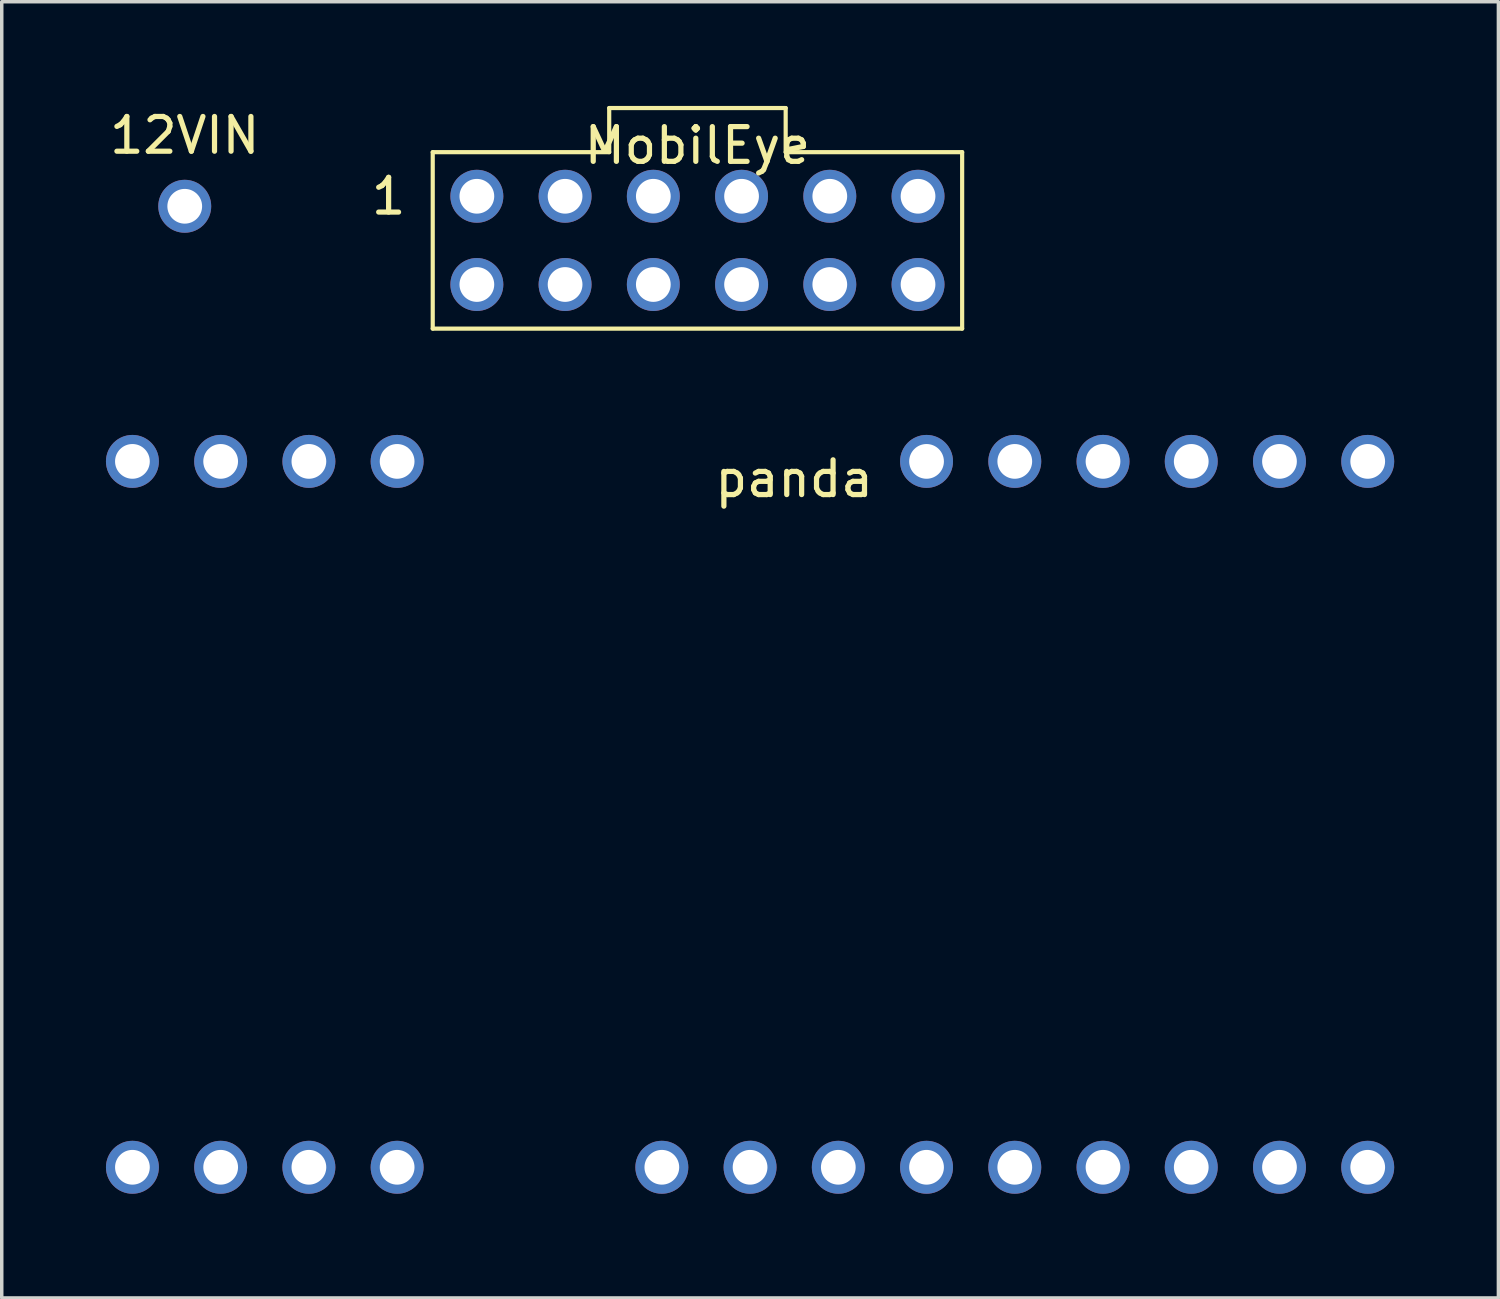
<source format=kicad_pcb>
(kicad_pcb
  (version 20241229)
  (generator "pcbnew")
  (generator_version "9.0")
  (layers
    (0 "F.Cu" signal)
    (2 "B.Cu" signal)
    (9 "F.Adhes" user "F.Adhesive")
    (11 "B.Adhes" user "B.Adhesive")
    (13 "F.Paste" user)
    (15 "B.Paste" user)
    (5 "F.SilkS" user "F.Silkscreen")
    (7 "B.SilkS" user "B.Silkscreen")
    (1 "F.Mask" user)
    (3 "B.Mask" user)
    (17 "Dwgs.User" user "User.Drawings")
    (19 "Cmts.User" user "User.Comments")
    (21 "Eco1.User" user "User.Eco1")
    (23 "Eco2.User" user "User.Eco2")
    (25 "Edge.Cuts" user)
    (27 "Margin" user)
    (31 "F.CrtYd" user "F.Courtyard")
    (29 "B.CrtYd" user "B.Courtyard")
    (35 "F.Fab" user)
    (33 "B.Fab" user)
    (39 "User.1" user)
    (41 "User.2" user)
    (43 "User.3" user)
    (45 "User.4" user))
  (footprint "MobilEye"
    (layer "F.Cu")
    (at 17.027 5.14)
    (property "Reference" "MobilEye" (at 0 -4 0) (layer "F.SilkS") (effects (font (size 1 1) (thickness 0.15))))
    (attr through_hole)
    (fp_line (start -7.62 -3.81) (end -2.54 -3.81) (stroke (width 0.12) (type solid)) (layer "F.SilkS"))
    (fp_line (start -7.62 1.27) (end -7.62 -3.81) (stroke (width 0.12) (type solid)) (layer "F.SilkS"))
    (fp_line (start -2.54 -5.08) (end 2.54 -5.08) (stroke (width 0.12) (type solid)) (layer "F.SilkS"))
    (fp_line (start -2.54 -3.81) (end -2.54 -5.08) (stroke (width 0.12) (type solid)) (layer "F.SilkS"))
    (fp_line (start 2.54 -5.08) (end 2.54 -3.81) (stroke (width 0.12) (type solid)) (layer "F.SilkS"))
    (fp_line (start 2.54 -3.81) (end 7.62 -3.81) (stroke (width 0.12) (type solid)) (layer "F.SilkS"))
    (fp_line (start 7.62 -3.81) (end 7.62 1.27) (stroke (width 0.12) (type solid)) (layer "F.SilkS"))
    (fp_line (start 7.62 1.27) (end -7.62 1.27) (stroke (width 0.12) (type solid)) (layer "F.SilkS"))
    (fp_text user "1" (at -8.89 -2.54 0) (layer "F.SilkS") (effects (font (size 1 1) (thickness 0.15))))
    (pad "1" thru_hole circle (at -6.35 -2.54) (size 1.524 1.524) (drill 1) (layers "*.Cu" "*.Mask"))
    (pad "2" thru_hole circle (at -3.81 -2.54) (size 1.524 1.524) (drill 1) (layers "*.Cu" "*.Mask"))
    (pad "3" thru_hole circle (at -1.27 -2.54) (size 1.524 1.524) (drill 1) (layers "*.Cu" "*.Mask"))
    (pad "4" thru_hole circle (at 1.27 -2.54) (size 1.524 1.524) (drill 1) (layers "*.Cu" "*.Mask"))
    (pad "5" thru_hole circle (at 3.81 -2.54) (size 1.524 1.524) (drill 1) (layers "*.Cu" "*.Mask"))
    (pad "6" thru_hole circle (at 6.35 -2.54) (size 1.524 1.524) (drill 1) (layers "*.Cu" "*.Mask"))
    (pad "7" thru_hole circle (at -6.35 0) (size 1.524 1.524) (drill 1) (layers "*.Cu" "*.Mask"))
    (pad "8" thru_hole circle (at -3.81 0) (size 1.524 1.524) (drill 1) (layers "*.Cu" "*.Mask"))
    (pad "9" thru_hole circle (at -1.27 0) (size 1.524 1.524) (drill 1) (layers "*.Cu" "*.Mask"))
    (pad "10" thru_hole circle (at 1.27 0) (size 1.524 1.524) (drill 1) (layers "*.Cu" "*.Mask"))
    (pad "11" thru_hole circle (at 3.81 0) (size 1.524 1.524) (drill 1) (layers "*.Cu" "*.Mask"))
    (pad "12" thru_hole circle (at 6.35 0) (size 1.524 1.524) (drill 1) (layers "*.Cu" "*.Mask")))
  (footprint "panda"
    (layer "F.Cu")
    (at 0.762 30.552)
    (property "Reference" "panda" (at 19.05 -19.82 0) (layer "F.SilkS") (effects (font (size 1 1) (thickness 0.15))))
    (attr through_hole)
    (pad "1" thru_hole circle (at 0 0) (size 1.524 1.524) (drill 1) (layers "*.Cu" "*.Mask"))
    (pad "2" thru_hole circle (at 2.54 0) (size 1.524 1.524) (drill 1) (layers "*.Cu" "*.Mask"))
    (pad "3" thru_hole circle (at 5.08 0) (size 1.524 1.524) (drill 1) (layers "*.Cu" "*.Mask"))
    (pad "4" thru_hole circle (at 7.62 0) (size 1.524 1.524) (drill 1) (layers "*.Cu" "*.Mask"))
    (pad "5" thru_hole circle (at 15.24 0) (size 1.524 1.524) (drill 1) (layers "*.Cu" "*.Mask"))
    (pad "6" thru_hole circle (at 17.78 0) (size 1.524 1.524) (drill 1) (layers "*.Cu" "*.Mask"))
    (pad "7" thru_hole circle (at 20.32 0) (size 1.524 1.524) (drill 1) (layers "*.Cu" "*.Mask"))
    (pad "8" thru_hole circle (at 22.86 0) (size 1.524 1.524) (drill 1) (layers "*.Cu" "*.Mask"))
    (pad "9" thru_hole circle (at 25.4 0) (size 1.524 1.524) (drill 1) (layers "*.Cu" "*.Mask"))
    (pad "10" thru_hole circle (at 27.94 0) (size 1.524 1.524) (drill 1) (layers "*.Cu" "*.Mask"))
    (pad "11" thru_hole circle (at 30.48 0) (size 1.524 1.524) (drill 1) (layers "*.Cu" "*.Mask"))
    (pad "12" thru_hole circle (at 33.02 0) (size 1.524 1.524) (drill 1) (layers "*.Cu" "*.Mask"))
    (pad "13" thru_hole circle (at 35.56 0) (size 1.524 1.524) (drill 1) (layers "*.Cu" "*.Mask"))
    (pad "14" thru_hole circle (at 0 -20.32) (size 1.524 1.524) (drill 1) (layers "*.Cu" "*.Mask"))
    (pad "15" thru_hole circle (at 2.54 -20.32) (size 1.524 1.524) (drill 1) (layers "*.Cu" "*.Mask"))
    (pad "16" thru_hole circle (at 5.08 -20.32) (size 1.524 1.524) (drill 1) (layers "*.Cu" "*.Mask"))
    (pad "17" thru_hole circle (at 7.62 -20.32) (size 1.524 1.524) (drill 1) (layers "*.Cu" "*.Mask"))
    (pad "18" thru_hole circle (at 22.86 -20.32) (size 1.524 1.524) (drill 1) (layers "*.Cu" "*.Mask"))
    (pad "19" thru_hole circle (at 25.4 -20.32) (size 1.524 1.524) (drill 1) (layers "*.Cu" "*.Mask"))
    (pad "20" thru_hole circle (at 27.94 -20.32) (size 1.524 1.524) (drill 1) (layers "*.Cu" "*.Mask"))
    (pad "21" thru_hole circle (at 30.48 -20.32) (size 1.524 1.524) (drill 1) (layers "*.Cu" "*.Mask"))
    (pad "22" thru_hole circle (at 33.02 -20.32) (size 1.524 1.524) (drill 1) (layers "*.Cu" "*.Mask"))
    (pad "23" thru_hole circle (at 35.56 -20.32) (size 1.524 1.524) (drill 1) (layers "*.Cu" "*.Mask")))
  (footprint "12VIN"
    (layer "F.Cu")
    (at 2.268 2.888)
    (property "Reference" "12VIN" (at 0 -2.04 0) (layer "F.SilkS") (effects (font (size 1 1) (thickness 0.15))))
    (attr through_hole)
    (pad "~" thru_hole circle (at 0 0) (size 1.524 1.524) (drill 1) (layers "*.Cu" "*.Mask")))
  (gr_rect
    (start -3 -3)
    (end 40.084 34.314)
    (stroke (width 0.1) (type default))
    (fill no)
    (layer "Edge.Cuts")))
</source>
